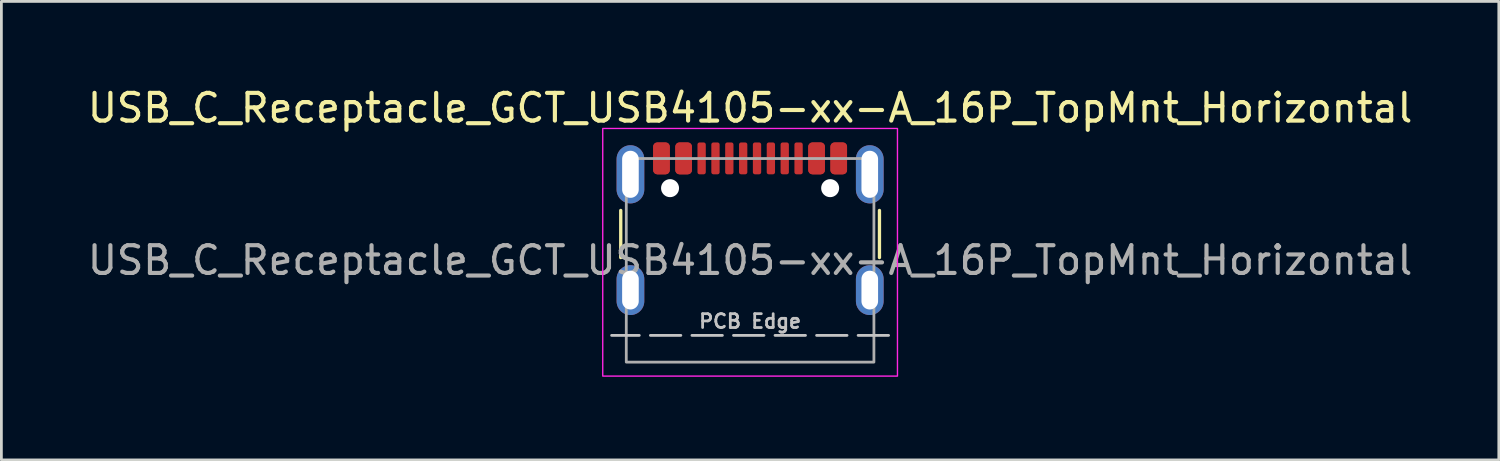
<source format=kicad_pcb>
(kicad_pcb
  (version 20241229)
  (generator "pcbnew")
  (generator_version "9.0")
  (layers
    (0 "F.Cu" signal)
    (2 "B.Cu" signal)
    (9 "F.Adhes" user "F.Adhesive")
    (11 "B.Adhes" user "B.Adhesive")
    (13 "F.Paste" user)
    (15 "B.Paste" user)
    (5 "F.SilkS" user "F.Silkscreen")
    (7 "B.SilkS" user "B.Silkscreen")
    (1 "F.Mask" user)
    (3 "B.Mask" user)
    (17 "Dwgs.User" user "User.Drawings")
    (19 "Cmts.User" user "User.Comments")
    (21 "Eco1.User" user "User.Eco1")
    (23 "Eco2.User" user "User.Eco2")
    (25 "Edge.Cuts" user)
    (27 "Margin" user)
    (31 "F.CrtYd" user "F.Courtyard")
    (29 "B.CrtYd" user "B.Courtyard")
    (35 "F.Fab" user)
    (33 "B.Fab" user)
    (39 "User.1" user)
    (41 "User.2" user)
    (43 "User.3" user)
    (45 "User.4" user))
  (footprint "USB_C_Receptacle_GCT_USB4105-xx-A_16P_TopMnt_Horizontal"
    (layer "F.Cu")
    (at 24.03 6.348)
    (property "Reference" "USB_C_Receptacle_GCT_USB4105-xx-A_16P_TopMnt_Horizontal" (at 0 -5.5 0) (unlocked yes) (layer "F.SilkS") (effects (font (size 1 1) (thickness 0.15))))
    (attr smd)
    (fp_line (start -4.67 -0.1) (end -4.67 -1.8) (stroke (width 0.12) (type solid)) (layer "F.SilkS"))
    (fp_line (start 4.67 -0.1) (end 4.67 -1.8) (stroke (width 0.12) (type solid)) (layer "F.SilkS"))
    (fp_line (start 5 2.71) (end -5 2.71) (stroke (width 0.1) (type dash)) (layer "Dwgs.User"))
    (fp_rect (start -5.32 -4.76) (end 5.32 4.18) (stroke (width 0.05) (type solid)) (fill no) (layer "F.CrtYd"))
    (fp_rect (start -4.47 -3.675) (end 4.47 3.675) (stroke (width 0.1) (type solid)) (fill no) (layer "F.Fab"))
    (fp_text user "PCB Edge" (at 0 2.2 0) (unlocked yes) (layer "Dwgs.User") (effects (font (size 0.5 0.5) (thickness 0.1))))
    (fp_text user "${REFERENCE}" (at 0 0 0) (unlocked yes) (layer "F.Fab") (effects (font (size 1 1) (thickness 0.15))))
    (pad "" np_thru_hole circle (at -2.89 -2.605) (size 0.65 0.65) (drill 0.65) (layers "*.Cu" "*.Mask"))
    (pad "" np_thru_hole circle (at 2.89 -2.605) (size 0.65 0.65) (drill 0.65) (layers "*.Cu" "*.Mask"))
    (pad "A1" smd roundrect (at -3.2 -3.68) (size 0.6 1.15) (layers "F.Cu" "F.Mask" "F.Paste") (roundrect_rratio 0.25))
    (pad "A4" smd roundrect (at -2.4 -3.68) (size 0.6 1.15) (layers "F.Cu" "F.Mask" "F.Paste") (roundrect_rratio 0.25))
    (pad "A5" smd roundrect (at -1.25 -3.68) (size 0.3 1.15) (layers "F.Cu" "F.Mask" "F.Paste") (roundrect_rratio 0.25))
    (pad "A6" smd roundrect (at -0.25 -3.68) (size 0.3 1.15) (layers "F.Cu" "F.Mask" "F.Paste") (roundrect_rratio 0.25))
    (pad "A7" smd roundrect (at 0.25 -3.68) (size 0.3 1.15) (layers "F.Cu" "F.Mask" "F.Paste") (roundrect_rratio 0.25))
    (pad "A8" smd roundrect (at 1.25 -3.68) (size 0.3 1.15) (layers "F.Cu" "F.Mask" "F.Paste") (roundrect_rratio 0.25))
    (pad "A9" smd roundrect (at 2.4 -3.68) (size 0.6 1.15) (layers "F.Cu" "F.Mask" "F.Paste") (roundrect_rratio 0.25))
    (pad "A12" smd roundrect (at 3.2 -3.68) (size 0.6 1.15) (layers "F.Cu" "F.Mask" "F.Paste") (roundrect_rratio 0.25))
    (pad "B1" smd roundrect (at 3.2 -3.68) (size 0.6 1.15) (layers "F.Cu" "F.Mask" "F.Paste") (roundrect_rratio 0.25))
    (pad "B4" smd roundrect (at 2.4 -3.68) (size 0.6 1.15) (layers "F.Cu" "F.Mask" "F.Paste") (roundrect_rratio 0.25))
    (pad "B5" smd roundrect (at 1.75 -3.68) (size 0.3 1.15) (layers "F.Cu" "F.Mask" "F.Paste") (roundrect_rratio 0.25))
    (pad "B6" smd roundrect (at 0.75 -3.68) (size 0.3 1.15) (layers "F.Cu" "F.Mask" "F.Paste") (roundrect_rratio 0.25))
    (pad "B7" smd roundrect (at -0.75 -3.68) (size 0.3 1.15) (layers "F.Cu" "F.Mask" "F.Paste") (roundrect_rratio 0.25))
    (pad "B8" smd roundrect (at -1.75 -3.68) (size 0.3 1.15) (layers "F.Cu" "F.Mask" "F.Paste") (roundrect_rratio 0.25))
    (pad "B9" smd roundrect (at -2.4 -3.68) (size 0.6 1.15) (layers "F.Cu" "F.Mask" "F.Paste") (roundrect_rratio 0.25))
    (pad "B12" smd roundrect (at -3.2 -3.68) (size 0.6 1.15) (layers "F.Cu" "F.Mask" "F.Paste") (roundrect_rratio 0.25))
    (pad "S1" thru_hole oval (at -4.32 -3.105) (size 1 2.1) (drill oval 0.6 1.7) (property pad_prop_heatsink) (layers "*.Cu" "*.Mask" "F.Paste"))
    (pad "S1" thru_hole oval (at -4.32 1.075) (size 1 1.8) (drill oval 0.6 1.4) (property pad_prop_heatsink) (layers "*.Cu" "*.Mask" "F.Paste"))
    (pad "S1" thru_hole oval (at 4.32 -3.105) (size 1 2.1) (drill oval 0.6 1.7) (property pad_prop_heatsink) (layers "*.Cu" "*.Mask" "F.Paste"))
    (pad "S1" thru_hole oval (at 4.32 1.075) (size 1 1.8) (drill oval 0.6 1.4) (property pad_prop_heatsink) (layers "*.Cu" "*.Mask" "F.Paste")))
  (gr_rect
    (start -3 -3)
    (end 51.06 13.553)
    (stroke (width 0.1) (type default))
    (fill no)
    (layer "Edge.Cuts")))
</source>
